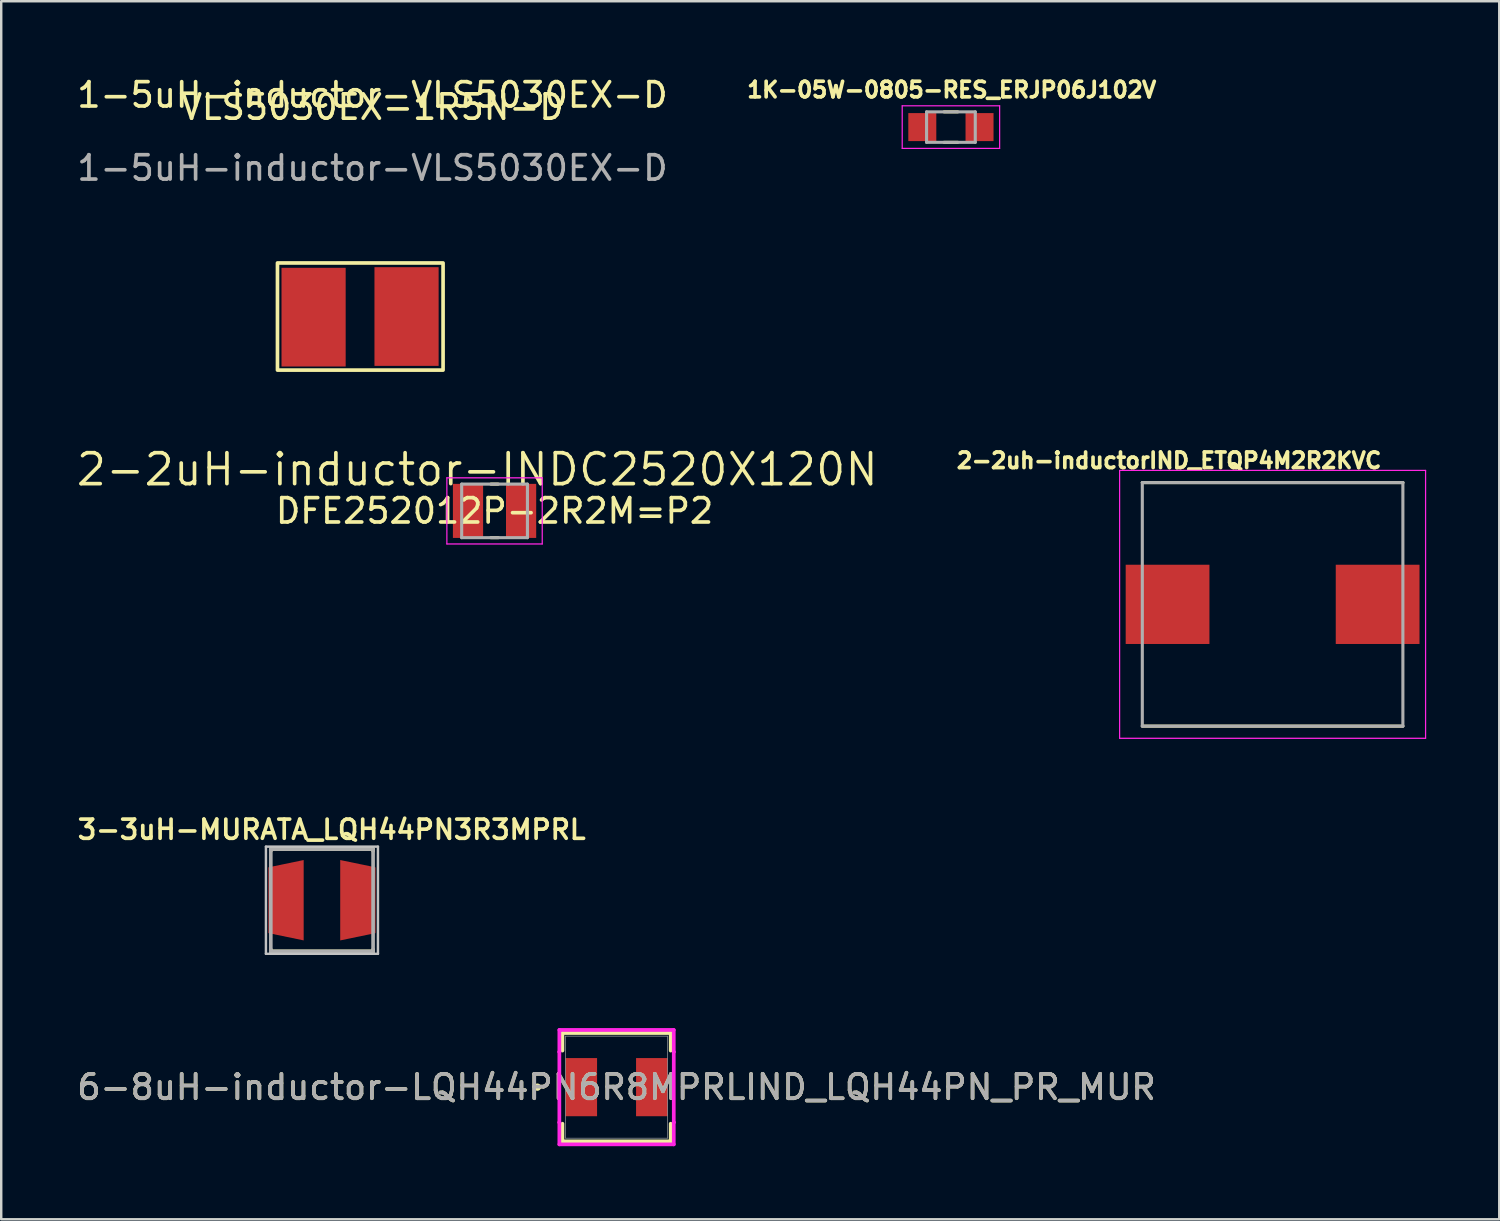
<source format=kicad_pcb>
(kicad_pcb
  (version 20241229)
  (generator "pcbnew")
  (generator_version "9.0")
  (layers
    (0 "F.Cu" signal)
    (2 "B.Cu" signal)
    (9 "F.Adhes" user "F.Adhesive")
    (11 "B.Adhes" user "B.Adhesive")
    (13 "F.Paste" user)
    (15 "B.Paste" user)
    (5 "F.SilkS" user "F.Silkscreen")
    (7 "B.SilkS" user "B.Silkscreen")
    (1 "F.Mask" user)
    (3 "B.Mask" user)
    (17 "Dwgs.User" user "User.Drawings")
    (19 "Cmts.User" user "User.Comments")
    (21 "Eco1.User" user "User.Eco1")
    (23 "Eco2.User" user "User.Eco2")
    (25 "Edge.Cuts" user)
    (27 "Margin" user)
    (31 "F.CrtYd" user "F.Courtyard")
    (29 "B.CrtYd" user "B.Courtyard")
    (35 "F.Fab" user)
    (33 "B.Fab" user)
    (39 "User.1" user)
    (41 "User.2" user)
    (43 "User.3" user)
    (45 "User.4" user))
  (footprint "3-3uH-MURATA_LQH44PN3R3MPRL"
    (layer "F.Cu")
    (at 10.17 33.916)
    (property "Reference" "3-3uH-MURATA_LQH44PN3R3MPRL" (at 0.4 -2.9 0) (layer "F.SilkS") (effects (font (size 0.787 0.787) (thickness 0.15))))
    (attr smd)
    (fp_poly (pts (xy -2.2 1.35) (xy -0.75 1.65) (xy -0.75 -1.65) (xy -2.2 -1.35)) (stroke (width 0) (type solid)) (fill yes) (layer "F.Mask"))
    (fp_poly (pts (xy 2.2 1.35) (xy 2.2 -1.35) (xy 0.75 -1.65) (xy 0.75 1.65)) (stroke (width 0) (type solid)) (fill yes) (layer "F.Mask"))
    (fp_line (start -2.1 -2.1) (end 2.1 -2.1) (stroke (width 0.15) (type solid)) (layer "F.SilkS"))
    (fp_line (start -2.1 -2.025) (end -2.1 -2.1) (stroke (width 0.15) (type solid)) (layer "F.SilkS"))
    (fp_line (start -2.1 2.1) (end -2.1 2.025) (stroke (width 0.15) (type solid)) (layer "F.SilkS"))
    (fp_line (start -2.1 2.1) (end 2.1 2.1) (stroke (width 0.15) (type solid)) (layer "F.SilkS"))
    (fp_line (start 2.1 -2.025) (end 2.1 -2.1) (stroke (width 0.15) (type solid)) (layer "F.SilkS"))
    (fp_line (start 2.1 2.1) (end 2.1 2.025) (stroke (width 0.15) (type solid)) (layer "F.SilkS"))
    (fp_poly (pts (xy -2.2 1.35) (xy -0.75 1.65) (xy -0.75 -1.65) (xy -2.2 -1.35)) (stroke (width 0) (type solid)) (fill yes) (layer "F.Paste"))
    (fp_poly (pts (xy 2.2 1.35) (xy 2.2 -1.35) (xy 0.75 -1.65) (xy 0.75 1.65)) (stroke (width 0) (type solid)) (fill yes) (layer "F.Paste"))
    (fp_line (start -2.3 -2.2) (end 2.3 -2.2) (stroke (width 0.1) (type solid)) (layer "Dwgs.User"))
    (fp_line (start -2.3 2.2) (end -2.3 -2.2) (stroke (width 0.1) (type solid)) (layer "Dwgs.User"))
    (fp_line (start 2.3 -2.2) (end 2.3 2.2) (stroke (width 0.1) (type solid)) (layer "Dwgs.User"))
    (fp_line (start 2.3 2.2) (end -2.3 2.2) (stroke (width 0.1) (type solid)) (layer "Dwgs.User"))
    (fp_line (start -2.1 -2.1) (end 2.1 -2.1) (stroke (width 0.15) (type solid)) (layer "F.Fab"))
    (fp_line (start -2.1 2.1) (end -2.1 -2.1) (stroke (width 0.15) (type solid)) (layer "F.Fab"))
    (fp_line (start 2.1 -2.1) (end 2.1 2.1) (stroke (width 0.15) (type solid)) (layer "F.Fab"))
    (fp_line (start 2.1 2.1) (end -2.1 2.1) (stroke (width 0.15) (type solid)) (layer "F.Fab"))
    (pad "1" smd custom (at -1.475 0) (size 1.305 1.305) (layers "F.Cu") (options (anchor rect)) (primitives (gr_poly (pts (xy -0.725 1.35) (xy 0.725 1.65) (xy 0.725 -1.65) (xy -0.725 -1.35)) (width 0) (fill yes))))
    (pad "2" smd custom (at 1.475 0) (size 1.305 1.305) (layers "F.Cu") (options (anchor rect)) (primitives (gr_poly (pts (xy 0.725 1.35) (xy 0.725 -1.35) (xy -0.725 -1.65) (xy -0.725 1.65)) (width 0) (fill yes)))))
  (footprint "2-2uh-inductorIND_ETQP4M2R2KVC"
    (layer "F.Cu")
    (at 49.207 21.767)
    (property "Reference" "2-2uh-inductorIND_ETQP4M2R2KVC" (at -4.25 -5.906 0) (layer "F.SilkS") (effects (font (size 0.64 0.64) (thickness 0.15))))
    (attr smd)
    (fp_line (start -5.35 -5) (end 5.35 -5) (stroke (width 0.127) (type solid)) (layer "F.SilkS"))
    (fp_line (start -5.35 5) (end 5.35 5) (stroke (width 0.127) (type solid)) (layer "F.SilkS"))
    (fp_line (start -6.282 -5.5) (end -6.282 5.5) (stroke (width 0.05) (type solid)) (layer "F.CrtYd"))
    (fp_line (start -6.282 5.5) (end 6.282 5.5) (stroke (width 0.05) (type solid)) (layer "F.CrtYd"))
    (fp_line (start 6.282 -5.5) (end -6.282 -5.5) (stroke (width 0.05) (type solid)) (layer "F.CrtYd"))
    (fp_line (start 6.282 5.5) (end 6.282 -5.5) (stroke (width 0.05) (type solid)) (layer "F.CrtYd"))
    (fp_line (start -5.35 -5) (end -5.35 5) (stroke (width 0.127) (type solid)) (layer "F.Fab"))
    (fp_line (start -5.35 -5) (end 5.35 -5) (stroke (width 0.127) (type solid)) (layer "F.Fab"))
    (fp_line (start -5.35 5) (end 5.35 5) (stroke (width 0.127) (type solid)) (layer "F.Fab"))
    (fp_line (start 5.35 -5) (end 5.35 5) (stroke (width 0.127) (type solid)) (layer "F.Fab"))
    (pad "1" smd rect (at -4.313 0) (size 3.439 3.254) (layers "F.Cu" "F.Mask" "F.Paste"))
    (pad "2" smd rect (at 4.313 0) (size 3.439 3.254) (layers "F.Cu" "F.Mask" "F.Paste"))
    (zone (net_name "") (layer "F.Cu") (hatch full 0.508) (connect_pads) (min_thickness 0.01) (filled_areas_thickness no) (keepout (tracks not_allowed) (vias not_allowed) (pads not_allowed) (copperpour not_allowed) (footprints allowed)) (placement (enabled no)) (fill) (polygon (pts (xy 43.357 16.267) (xy 43.357 20.14) (xy 46.614 20.14) (xy 46.614 23.394) (xy 43.357 23.394) (xy 43.357 27.267) (xy 55.057 27.267) (xy 55.057 23.394) (xy 51.801 23.394) (xy 51.801 20.14) (xy 55.057 20.14) (xy 55.057 16.267))))
    (zone (net_name "") (layers "F.Cu" "B.Cu") (hatch full 0.508) (connect_pads) (min_thickness 0.01) (filled_areas_thickness no) (keepout (tracks allowed) (vias not_allowed) (pads allowed) (copperpour allowed) (footprints allowed)) (placement (enabled no)) (fill) (polygon (pts (xy 43.357 16.267) (xy 43.357 20.14) (xy 46.614 20.14) (xy 46.614 23.394) (xy 43.357 23.394) (xy 43.357 27.267) (xy 55.057 27.267) (xy 55.057 23.394) (xy 51.801 23.394) (xy 51.801 20.14) (xy 55.057 20.14) (xy 55.057 16.267)))))
  (footprint "6-8uH-inductor-LQH44PN6R8MPRLIND_LQH44PN_PR_MUR"
    (layer "F.Cu")
    (at 22.268 41.592)
    (property "Reference" "6-8uH-inductor-LQH44PN6R8MPRLIND_LQH44PN_PR_MUR" (at 0 0 0) (unlocked yes) (layer "F.SilkS") (effects (font (size 1 1) (thickness 0.15))))
    (attr smd)
    (fp_line (start -2.223 -2.223) (end -2.223 -1.501) (stroke (width 0.152) (type solid)) (layer "F.SilkS"))
    (fp_line (start -2.223 1.501) (end -2.223 2.223) (stroke (width 0.152) (type solid)) (layer "F.SilkS"))
    (fp_line (start -2.223 2.223) (end 2.223 2.223) (stroke (width 0.152) (type solid)) (layer "F.SilkS"))
    (fp_line (start 2.223 -2.223) (end -2.223 -2.223) (stroke (width 0.152) (type solid)) (layer "F.SilkS"))
    (fp_line (start 2.223 -1.501) (end 2.223 -2.223) (stroke (width 0.152) (type solid)) (layer "F.SilkS"))
    (fp_line (start 2.223 2.223) (end 2.223 1.501) (stroke (width 0.152) (type solid)) (layer "F.SilkS"))
    (fp_circle (center -3.251 0) (end -3.175 0) (stroke (width 0.152) (type solid)) (fill no) (layer "F.SilkS"))
    (fp_line (start -2.349 -2.349) (end 2.349 -2.349) (stroke (width 0.152) (type solid)) (layer "F.CrtYd"))
    (fp_line (start -2.349 -1.448) (end -2.349 -2.349) (stroke (width 0.152) (type solid)) (layer "F.CrtYd"))
    (fp_line (start -2.349 -1.448) (end -2.349 -1.448) (stroke (width 0.152) (type solid)) (layer "F.CrtYd"))
    (fp_line (start -2.349 1.448) (end -2.349 -1.448) (stroke (width 0.152) (type solid)) (layer "F.CrtYd"))
    (fp_line (start -2.349 1.448) (end -2.349 1.448) (stroke (width 0.152) (type solid)) (layer "F.CrtYd"))
    (fp_line (start -2.349 2.349) (end -2.349 1.448) (stroke (width 0.152) (type solid)) (layer "F.CrtYd"))
    (fp_line (start 2.349 -2.349) (end 2.349 -1.448) (stroke (width 0.152) (type solid)) (layer "F.CrtYd"))
    (fp_line (start 2.349 -1.448) (end 2.349 -1.448) (stroke (width 0.152) (type solid)) (layer "F.CrtYd"))
    (fp_line (start 2.349 -1.448) (end 2.349 1.448) (stroke (width 0.152) (type solid)) (layer "F.CrtYd"))
    (fp_line (start 2.349 1.448) (end 2.349 1.448) (stroke (width 0.152) (type solid)) (layer "F.CrtYd"))
    (fp_line (start 2.349 1.448) (end 2.349 2.349) (stroke (width 0.152) (type solid)) (layer "F.CrtYd"))
    (fp_line (start 2.349 2.349) (end -2.349 2.349) (stroke (width 0.152) (type solid)) (layer "F.CrtYd"))
    (fp_line (start -2.095 -2.095) (end -2.095 2.095) (stroke (width 0.025) (type solid)) (layer "F.Fab"))
    (fp_line (start -2.095 2.095) (end 2.095 2.095) (stroke (width 0.025) (type solid)) (layer "F.Fab"))
    (fp_line (start 2.095 -2.095) (end -2.095 -2.095) (stroke (width 0.025) (type solid)) (layer "F.Fab"))
    (fp_line (start 2.095 2.095) (end 2.095 -2.095) (stroke (width 0.025) (type solid)) (layer "F.Fab"))
    (fp_circle (center 0 0) (end 0.076 0) (stroke (width 0.025) (type solid)) (fill no) (layer "F.Fab"))
    (fp_text user "${REFERENCE}" (at 0 0 0) (unlocked yes) (layer "F.Fab") (effects (font (size 1 1) (thickness 0.15))))
    (pad "1" smd rect (at -1.448 0) (size 1.295 2.388) (layers "F.Cu" "F.Mask" "F.Paste"))
    (pad "2" smd rect (at 1.448 0) (size 1.295 2.388) (layers "F.Cu" "F.Mask" "F.Paste")))
  (footprint "1K-05W-0805-RES_ERJP06J102V"
    (layer "F.Cu")
    (at 35.998 2.169)
    (property "Reference" "1K-05W-0805-RES_ERJP06J102V" (at 0.032 -1.531 0) (layer "F.SilkS") (effects (font (size 0.64 0.64) (thickness 0.15))))
    (attr smd)
    (fp_line (start -0.28 -0.625) (end 0.28 -0.625) (stroke (width 0.127) (type solid)) (layer "F.SilkS"))
    (fp_line (start -0.28 0.625) (end 0.28 0.625) (stroke (width 0.127) (type solid)) (layer "F.SilkS"))
    (fp_line (start -2 -0.875) (end -2 0.875) (stroke (width 0.05) (type solid)) (layer "F.CrtYd"))
    (fp_line (start -2 0.875) (end 2 0.875) (stroke (width 0.05) (type solid)) (layer "F.CrtYd"))
    (fp_line (start 2 -0.875) (end -2 -0.875) (stroke (width 0.05) (type solid)) (layer "F.CrtYd"))
    (fp_line (start 2 0.875) (end 2 -0.875) (stroke (width 0.05) (type solid)) (layer "F.CrtYd"))
    (fp_line (start -1 -0.625) (end -1 0.625) (stroke (width 0.127) (type solid)) (layer "F.Fab"))
    (fp_line (start -1 -0.625) (end 1 -0.625) (stroke (width 0.127) (type solid)) (layer "F.Fab"))
    (fp_line (start -1 0.625) (end 1 0.625) (stroke (width 0.127) (type solid)) (layer "F.Fab"))
    (fp_line (start 1 -0.625) (end 1 0.625) (stroke (width 0.127) (type solid)) (layer "F.Fab"))
    (pad "1" smd rect (at -1.175 0) (size 1.15 1.15) (layers "F.Cu" "F.Mask" "F.Paste"))
    (pad "2" smd rect (at 1.175 0) (size 1.15 1.15) (layers "F.Cu" "F.Mask" "F.Paste")))
  (footprint "1-5uH-inductor-VLS5030EX-D"
    (layer "F.Cu")
    (at 11.744 7.848)
    (property "Reference" "1-5uH-inductor-VLS5030EX-D" (at 0.5 -7 0) (unlocked yes) (layer "F.SilkS") (effects (font (size 1 1) (thickness 0.15))))
    (property "MPN" "VLS5030EX-1R5N-D" (at 0.5 -6.5 0) (layer "F.SilkS") (effects (font (size 1 1) (thickness 0.15))))
    (attr smd)
    (fp_rect (start -3.4 -0.1) (end 3.4 4.3) (stroke (width 0.15) (type default)) (fill no) (layer "F.SilkS"))
    (fp_text user "${REFERENCE}" (at 0.5 -4 0) (unlocked yes) (layer "F.Fab") (effects (font (size 1 1) (thickness 0.15))))
    (pad "1" smd rect (at -1.917 2.126 90) (size 4.053 2.635) (layers "F.Cu" "F.Mask" "F.Paste"))
    (pad "2" smd rect (at 1.9 2.1 90) (size 4.053 2.635) (layers "F.Cu" "F.Mask" "F.Paste")))
  (footprint "2-2uH-inductor-INDC2520X120N"
    (layer "F.Cu")
    (at 17.258 17.929)
    (property "Reference" "2-2uH-inductor-INDC2520X120N" (at -0.71 -1.7 0) (layer "F.SilkS") (effects (font (size 1.27 1.27) (thickness 0.15))))
    (property "MPN" "DFE252012P-2R2M=P2" (at 0 0 0) (layer "F.SilkS") (effects (font (size 1 1) (thickness 0.15))))
    (attr smd)
    (fp_line (start -0.15 -1.1) (end 0.15 -1.1) (stroke (width 0.127) (type solid)) (layer "F.SilkS"))
    (fp_line (start -0.15 1.1) (end 0.15 1.1) (stroke (width 0.127) (type solid)) (layer "F.SilkS"))
    (fp_line (start -1.958 -1.358) (end 1.958 -1.358) (stroke (width 0.05) (type solid)) (layer "F.CrtYd"))
    (fp_line (start -1.958 1.358) (end -1.958 -1.358) (stroke (width 0.05) (type solid)) (layer "F.CrtYd"))
    (fp_line (start -1.958 1.358) (end 1.958 1.358) (stroke (width 0.05) (type solid)) (layer "F.CrtYd"))
    (fp_line (start 1.958 1.358) (end 1.958 -1.358) (stroke (width 0.05) (type solid)) (layer "F.CrtYd"))
    (fp_line (start -1.35 1.1) (end -1.35 -1.1) (stroke (width 0.127) (type solid)) (layer "F.Fab"))
    (fp_line (start 1.35 -1.1) (end -1.35 -1.1) (stroke (width 0.127) (type solid)) (layer "F.Fab"))
    (fp_line (start 1.35 1.1) (end -1.35 1.1) (stroke (width 0.127) (type solid)) (layer "F.Fab"))
    (fp_line (start 1.35 1.1) (end 1.35 -1.1) (stroke (width 0.127) (type solid)) (layer "F.Fab"))
    (pad "1" smd rect (at -1.09 0) (size 1.24 2.22) (layers "F.Cu" "F.Mask" "F.Paste"))
    (pad "2" smd rect (at 1.09 0) (size 1.24 2.22) (layers "F.Cu" "F.Mask" "F.Paste")))
  (gr_rect
    (start -3 -3)
    (end 58.514 47.018)
    (stroke (width 0.1) (type default))
    (fill no)
    (layer "Edge.Cuts")))
</source>
